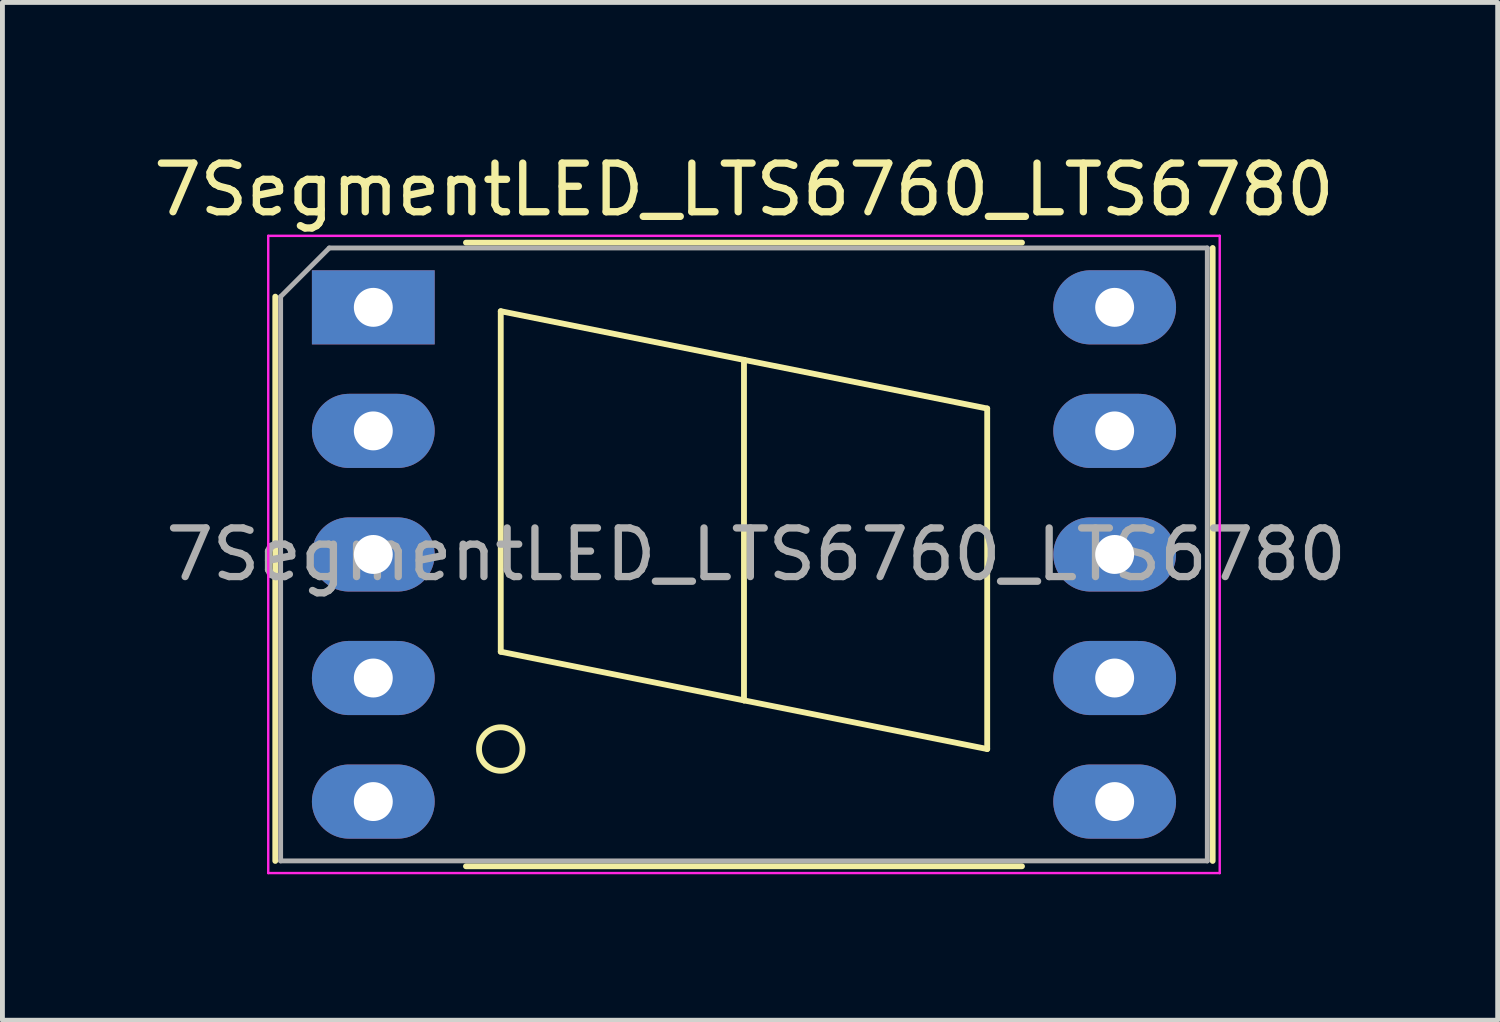
<source format=kicad_pcb>
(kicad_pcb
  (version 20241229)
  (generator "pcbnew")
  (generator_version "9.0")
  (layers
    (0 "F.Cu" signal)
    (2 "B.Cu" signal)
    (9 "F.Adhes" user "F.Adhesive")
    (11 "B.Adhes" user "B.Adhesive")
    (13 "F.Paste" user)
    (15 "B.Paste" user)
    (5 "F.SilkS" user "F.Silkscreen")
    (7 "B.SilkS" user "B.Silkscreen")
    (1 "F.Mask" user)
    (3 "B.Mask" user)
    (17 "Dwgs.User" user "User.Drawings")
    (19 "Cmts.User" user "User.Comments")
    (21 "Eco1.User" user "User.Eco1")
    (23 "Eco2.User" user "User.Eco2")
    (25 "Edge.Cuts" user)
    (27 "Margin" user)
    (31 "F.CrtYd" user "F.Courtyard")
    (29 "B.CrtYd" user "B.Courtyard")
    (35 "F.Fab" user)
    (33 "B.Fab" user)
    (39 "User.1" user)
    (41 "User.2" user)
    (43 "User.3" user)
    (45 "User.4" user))
  (footprint "7SegmentLED_LTS6760_LTS6780"
    (layer "F.Cu")
    (at 4.624 3.268)
    (property "Reference" "7SegmentLED_LTS6760_LTS6780" (at 7.62 -2.42 0) (layer "F.SilkS") (effects (font (size 1 1) (thickness 0.15))))
    (attr through_hole)
    (fp_line (start -2.015 -0.22) (end -2.015 11.38) (stroke (width 0.12) (type solid)) (layer "F.SilkS"))
    (fp_line (start 1.905 -1.33) (end 13.335 -1.33) (stroke (width 0.12) (type solid)) (layer "F.SilkS"))
    (fp_line (start 1.905 11.49) (end 13.335 11.49) (stroke (width 0.12) (type solid)) (layer "F.SilkS"))
    (fp_line (start 2.62 0.08) (end 2.62 7.08) (stroke (width 0.12) (type solid)) (layer "F.SilkS"))
    (fp_line (start 2.62 7.08) (end 7.62 8.08) (stroke (width 0.12) (type solid)) (layer "F.SilkS"))
    (fp_line (start 7.62 1.08) (end 2.62 0.08) (stroke (width 0.12) (type solid)) (layer "F.SilkS"))
    (fp_line (start 7.62 8.08) (end 7.62 1.08) (stroke (width 0.12) (type solid)) (layer "F.SilkS"))
    (fp_line (start 12.62 2.08) (end 7.62 1.08) (stroke (width 0.12) (type solid)) (layer "F.SilkS"))
    (fp_line (start 12.62 2.08) (end 12.62 9.08) (stroke (width 0.12) (type solid)) (layer "F.SilkS"))
    (fp_line (start 12.62 9.08) (end 7.62 8.08) (stroke (width 0.12) (type solid)) (layer "F.SilkS"))
    (fp_line (start 17.255 11.38) (end 17.255 -1.22) (stroke (width 0.12) (type solid)) (layer "F.SilkS"))
    (fp_circle (center 2.62 9.08) (end 3.067 9.08) (stroke (width 0.12) (type solid)) (fill no) (layer "F.SilkS"))
    (fp_line (start -2.16 -1.47) (end -2.16 11.63) (stroke (width 0.05) (type solid)) (layer "F.CrtYd"))
    (fp_line (start -2.16 -1.47) (end 17.4 -1.47) (stroke (width 0.05) (type solid)) (layer "F.CrtYd"))
    (fp_line (start -2.16 11.63) (end 17.4 11.63) (stroke (width 0.05) (type solid)) (layer "F.CrtYd"))
    (fp_line (start 17.4 -1.47) (end 17.4 11.63) (stroke (width 0.05) (type solid)) (layer "F.CrtYd"))
    (fp_line (start -1.905 -0.22) (end -1.905 11.38) (stroke (width 0.1) (type solid)) (layer "F.Fab"))
    (fp_line (start -1.905 11.38) (end 17.145 11.38) (stroke (width 0.1) (type solid)) (layer "F.Fab"))
    (fp_line (start -0.905 -1.22) (end -1.905 -0.22) (stroke (width 0.1) (type solid)) (layer "F.Fab"))
    (fp_line (start -0.905 -1.22) (end 17.145 -1.22) (stroke (width 0.1) (type solid)) (layer "F.Fab"))
    (fp_line (start 17.145 11.38) (end 17.145 -1.22) (stroke (width 0.1) (type solid)) (layer "F.Fab"))
    (fp_text user "${REFERENCE}" (at 7.87 5.08 0) (layer "F.Fab") (effects (font (size 1 1) (thickness 0.15))))
    (pad "1" thru_hole rect (at 0 0 270) (size 1.524 2.524) (drill 0.8) (layers "*.Cu" "*.Mask"))
    (pad "2" thru_hole oval (at 0 2.54 270) (size 1.524 2.524) (drill 0.8) (layers "*.Cu" "*.Mask"))
    (pad "3" thru_hole oval (at 0 5.08 270) (size 1.524 2.524) (drill 0.8) (layers "*.Cu" "*.Mask"))
    (pad "4" thru_hole oval (at 0 7.62 270) (size 1.524 2.524) (drill 0.8) (layers "*.Cu" "*.Mask"))
    (pad "5" thru_hole oval (at 0 10.16 270) (size 1.524 2.524) (drill 0.8) (layers "*.Cu" "*.Mask"))
    (pad "6" thru_hole oval (at 15.24 10.16 270) (size 1.524 2.524) (drill 0.8) (layers "*.Cu" "*.Mask"))
    (pad "7" thru_hole oval (at 15.24 7.62 270) (size 1.524 2.524) (drill 0.8) (layers "*.Cu" "*.Mask"))
    (pad "8" thru_hole oval (at 15.24 5.08 270) (size 1.524 2.524) (drill 0.8) (layers "*.Cu" "*.Mask"))
    (pad "9" thru_hole oval (at 15.24 2.54 270) (size 1.524 2.524) (drill 0.8) (layers "*.Cu" "*.Mask"))
    (pad "10" thru_hole oval (at 15.24 0 270) (size 1.524 2.524) (drill 0.8) (layers "*.Cu" "*.Mask")))
  (gr_rect
    (start -3 -3)
    (end 27.738 17.923)
    (stroke (width 0.1) (type default))
    (fill no)
    (layer "Edge.Cuts")))
</source>
